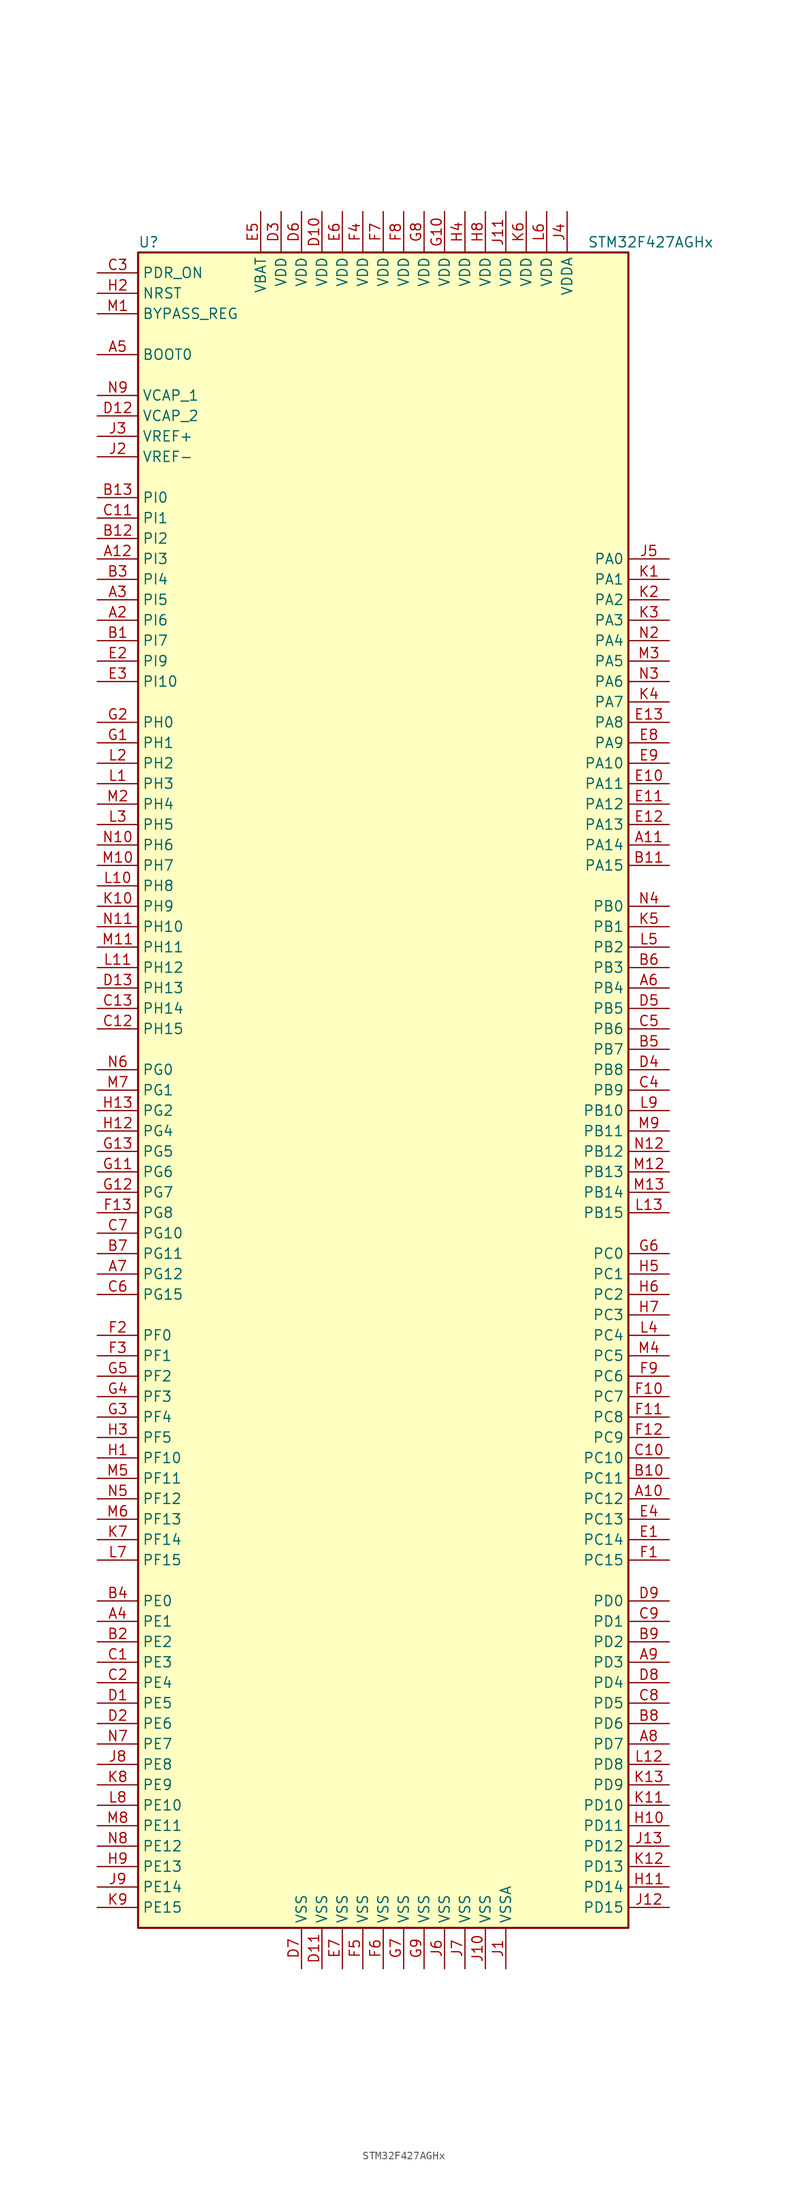
<source format=kicad_sym>
(kicad_symbol_lib
  (version 20220914)
  (generator kicad_symbol_editor)
  (symbol "STM32F427AGHx"
    (property "Reference" "U"
      (at -30.48 105.41 0)
      (effects (font (size 1.27 1.27)) (justify left)))
    (property "Value" "STM32F427AGHx"
      (at 25.4 105.41 0)
      (effects (font (size 1.27 1.27)) (justify left)))
    (symbol "STM32F427AGHx_0_1"
      (rectangle (start -30.48 -104.14) (end 30.48 104.14) (stroke (width 0.254) (type default)) (fill (type background))))
    (symbol "STM32F427AGHx_1_1"
      (pin no_connect line (at -30.48 -101.6 0) (length 5.08) hide (name "NC" (effects (font (size 1.27 1.27)))) (number "A1" (effects (font (size 1.27 1.27)))))
      (pin bidirectional line (at 35.56 -50.8 180) (length 5.08) (name "PC12" (effects (font (size 1.27 1.27)))) (number "A10" (effects (font (size 1.27 1.27)))))
      (pin bidirectional line (at 35.56 30.48 180) (length 5.08) (name "PA14" (effects (font (size 1.27 1.27)))) (number "A11" (effects (font (size 1.27 1.27)))))
      (pin bidirectional line (at -35.56 66.04 0) (length 5.08) (name "PI3" (effects (font (size 1.27 1.27)))) (number "A12" (effects (font (size 1.27 1.27)))))
      (pin no_connect line (at -30.48 -99.06 0) (length 5.08) hide (name "NC" (effects (font (size 1.27 1.27)))) (number "A13" (effects (font (size 1.27 1.27)))))
      (pin bidirectional line (at -35.56 58.42 0) (length 5.08) (name "PI6" (effects (font (size 1.27 1.27)))) (number "A2" (effects (font (size 1.27 1.27)))))
      (pin bidirectional line (at -35.56 60.96 0) (length 5.08) (name "PI5" (effects (font (size 1.27 1.27)))) (number "A3" (effects (font (size 1.27 1.27)))))
      (pin bidirectional line (at -35.56 -66.04 0) (length 5.08) (name "PE1" (effects (font (size 1.27 1.27)))) (number "A4" (effects (font (size 1.27 1.27)))))
      (pin input line (at -35.56 91.44 0) (length 5.08) (name "BOOT0" (effects (font (size 1.27 1.27)))) (number "A5" (effects (font (size 1.27 1.27)))))
      (pin bidirectional line (at 35.56 12.7 180) (length 5.08) (name "PB4" (effects (font (size 1.27 1.27)))) (number "A6" (effects (font (size 1.27 1.27)))))
      (pin bidirectional line (at -35.56 -22.86 0) (length 5.08) (name "PG12" (effects (font (size 1.27 1.27)))) (number "A7" (effects (font (size 1.27 1.27)))))
      (pin bidirectional line (at 35.56 -81.28 180) (length 5.08) (name "PD7" (effects (font (size 1.27 1.27)))) (number "A8" (effects (font (size 1.27 1.27)))))
      (pin bidirectional line (at 35.56 -71.12 180) (length 5.08) (name "PD3" (effects (font (size 1.27 1.27)))) (number "A9" (effects (font (size 1.27 1.27)))))
      (pin bidirectional line (at -35.56 55.88 0) (length 5.08) (name "PI7" (effects (font (size 1.27 1.27)))) (number "B1" (effects (font (size 1.27 1.27)))))
      (pin bidirectional line (at 35.56 -48.26 180) (length 5.08) (name "PC11" (effects (font (size 1.27 1.27)))) (number "B10" (effects (font (size 1.27 1.27)))))
      (pin bidirectional line (at 35.56 27.94 180) (length 5.08) (name "PA15" (effects (font (size 1.27 1.27)))) (number "B11" (effects (font (size 1.27 1.27)))))
      (pin bidirectional line (at -35.56 68.58 0) (length 5.08) (name "PI2" (effects (font (size 1.27 1.27)))) (number "B12" (effects (font (size 1.27 1.27)))))
      (pin bidirectional line (at -35.56 73.66 0) (length 5.08) (name "PI0" (effects (font (size 1.27 1.27)))) (number "B13" (effects (font (size 1.27 1.27)))))
      (pin bidirectional line (at -35.56 -68.58 0) (length 5.08) (name "PE2" (effects (font (size 1.27 1.27)))) (number "B2" (effects (font (size 1.27 1.27)))))
      (pin bidirectional line (at -35.56 63.5 0) (length 5.08) (name "PI4" (effects (font (size 1.27 1.27)))) (number "B3" (effects (font (size 1.27 1.27)))))
      (pin bidirectional line (at -35.56 -63.5 0) (length 5.08) (name "PE0" (effects (font (size 1.27 1.27)))) (number "B4" (effects (font (size 1.27 1.27)))))
      (pin bidirectional line (at 35.56 5.08 180) (length 5.08) (name "PB7" (effects (font (size 1.27 1.27)))) (number "B5" (effects (font (size 1.27 1.27)))))
      (pin bidirectional line (at 35.56 15.24 180) (length 5.08) (name "PB3" (effects (font (size 1.27 1.27)))) (number "B6" (effects (font (size 1.27 1.27)))))
      (pin bidirectional line (at -35.56 -20.32 0) (length 5.08) (name "PG11" (effects (font (size 1.27 1.27)))) (number "B7" (effects (font (size 1.27 1.27)))))
      (pin bidirectional line (at 35.56 -78.74 180) (length 5.08) (name "PD6" (effects (font (size 1.27 1.27)))) (number "B8" (effects (font (size 1.27 1.27)))))
      (pin bidirectional line (at 35.56 -68.58 180) (length 5.08) (name "PD2" (effects (font (size 1.27 1.27)))) (number "B9" (effects (font (size 1.27 1.27)))))
      (pin bidirectional line (at -35.56 -71.12 0) (length 5.08) (name "PE3" (effects (font (size 1.27 1.27)))) (number "C1" (effects (font (size 1.27 1.27)))))
      (pin bidirectional line (at 35.56 -45.72 180) (length 5.08) (name "PC10" (effects (font (size 1.27 1.27)))) (number "C10" (effects (font (size 1.27 1.27)))))
      (pin bidirectional line (at -35.56 71.12 0) (length 5.08) (name "PI1" (effects (font (size 1.27 1.27)))) (number "C11" (effects (font (size 1.27 1.27)))))
      (pin bidirectional line (at -35.56 7.62 0) (length 5.08) (name "PH15" (effects (font (size 1.27 1.27)))) (number "C12" (effects (font (size 1.27 1.27)))))
      (pin bidirectional line (at -35.56 10.16 0) (length 5.08) (name "PH14" (effects (font (size 1.27 1.27)))) (number "C13" (effects (font (size 1.27 1.27)))))
      (pin bidirectional line (at -35.56 -73.66 0) (length 5.08) (name "PE4" (effects (font (size 1.27 1.27)))) (number "C2" (effects (font (size 1.27 1.27)))))
      (pin input line (at -35.56 101.6 0) (length 5.08) (name "PDR_ON" (effects (font (size 1.27 1.27)))) (number "C3" (effects (font (size 1.27 1.27)))))
      (pin bidirectional line (at 35.56 0 180) (length 5.08) (name "PB9" (effects (font (size 1.27 1.27)))) (number "C4" (effects (font (size 1.27 1.27)))))
      (pin bidirectional line (at 35.56 7.62 180) (length 5.08) (name "PB6" (effects (font (size 1.27 1.27)))) (number "C5" (effects (font (size 1.27 1.27)))))
      (pin bidirectional line (at -35.56 -25.4 0) (length 5.08) (name "PG15" (effects (font (size 1.27 1.27)))) (number "C6" (effects (font (size 1.27 1.27)))))
      (pin bidirectional line (at -35.56 -17.78 0) (length 5.08) (name "PG10" (effects (font (size 1.27 1.27)))) (number "C7" (effects (font (size 1.27 1.27)))))
      (pin bidirectional line (at 35.56 -76.2 180) (length 5.08) (name "PD5" (effects (font (size 1.27 1.27)))) (number "C8" (effects (font (size 1.27 1.27)))))
      (pin bidirectional line (at 35.56 -66.04 180) (length 5.08) (name "PD1" (effects (font (size 1.27 1.27)))) (number "C9" (effects (font (size 1.27 1.27)))))
      (pin bidirectional line (at -35.56 -76.2 0) (length 5.08) (name "PE5" (effects (font (size 1.27 1.27)))) (number "D1" (effects (font (size 1.27 1.27)))))
      (pin power_in line (at -7.62 109.22 270) (length 5.08) (name "VDD" (effects (font (size 1.27 1.27)))) (number "D10" (effects (font (size 1.27 1.27)))))
      (pin power_in line (at -7.62 -109.22 90) (length 5.08) (name "VSS" (effects (font (size 1.27 1.27)))) (number "D11" (effects (font (size 1.27 1.27)))))
      (pin power_in line (at -35.56 83.82 0) (length 5.08) (name "VCAP_2" (effects (font (size 1.27 1.27)))) (number "D12" (effects (font (size 1.27 1.27)))))
      (pin bidirectional line (at -35.56 12.7 0) (length 5.08) (name "PH13" (effects (font (size 1.27 1.27)))) (number "D13" (effects (font (size 1.27 1.27)))))
      (pin bidirectional line (at -35.56 -78.74 0) (length 5.08) (name "PE6" (effects (font (size 1.27 1.27)))) (number "D2" (effects (font (size 1.27 1.27)))))
      (pin power_in line (at -12.7 109.22 270) (length 5.08) (name "VDD" (effects (font (size 1.27 1.27)))) (number "D3" (effects (font (size 1.27 1.27)))))
      (pin bidirectional line (at 35.56 2.54 180) (length 5.08) (name "PB8" (effects (font (size 1.27 1.27)))) (number "D4" (effects (font (size 1.27 1.27)))))
      (pin bidirectional line (at 35.56 10.16 180) (length 5.08) (name "PB5" (effects (font (size 1.27 1.27)))) (number "D5" (effects (font (size 1.27 1.27)))))
      (pin power_in line (at -10.16 109.22 270) (length 5.08) (name "VDD" (effects (font (size 1.27 1.27)))) (number "D6" (effects (font (size 1.27 1.27)))))
      (pin power_in line (at -10.16 -109.22 90) (length 5.08) (name "VSS" (effects (font (size 1.27 1.27)))) (number "D7" (effects (font (size 1.27 1.27)))))
      (pin bidirectional line (at 35.56 -73.66 180) (length 5.08) (name "PD4" (effects (font (size 1.27 1.27)))) (number "D8" (effects (font (size 1.27 1.27)))))
      (pin bidirectional line (at 35.56 -63.5 180) (length 5.08) (name "PD0" (effects (font (size 1.27 1.27)))) (number "D9" (effects (font (size 1.27 1.27)))))
      (pin bidirectional line (at 35.56 -55.88 180) (length 5.08) (name "PC14" (effects (font (size 1.27 1.27)))) (number "E1" (effects (font (size 1.27 1.27)))))
      (pin bidirectional line (at 35.56 38.1 180) (length 5.08) (name "PA11" (effects (font (size 1.27 1.27)))) (number "E10" (effects (font (size 1.27 1.27)))))
      (pin bidirectional line (at 35.56 35.56 180) (length 5.08) (name "PA12" (effects (font (size 1.27 1.27)))) (number "E11" (effects (font (size 1.27 1.27)))))
      (pin bidirectional line (at 35.56 33.02 180) (length 5.08) (name "PA13" (effects (font (size 1.27 1.27)))) (number "E12" (effects (font (size 1.27 1.27)))))
      (pin bidirectional line (at 35.56 45.72 180) (length 5.08) (name "PA8" (effects (font (size 1.27 1.27)))) (number "E13" (effects (font (size 1.27 1.27)))))
      (pin bidirectional line (at -35.56 53.34 0) (length 5.08) (name "PI9" (effects (font (size 1.27 1.27)))) (number "E2" (effects (font (size 1.27 1.27)))))
      (pin bidirectional line (at -35.56 50.8 0) (length 5.08) (name "PI10" (effects (font (size 1.27 1.27)))) (number "E3" (effects (font (size 1.27 1.27)))))
      (pin bidirectional line (at 35.56 -53.34 180) (length 5.08) (name "PC13" (effects (font (size 1.27 1.27)))) (number "E4" (effects (font (size 1.27 1.27)))))
      (pin power_in line (at -15.24 109.22 270) (length 5.08) (name "VBAT" (effects (font (size 1.27 1.27)))) (number "E5" (effects (font (size 1.27 1.27)))))
      (pin power_in line (at -5.08 109.22 270) (length 5.08) (name "VDD" (effects (font (size 1.27 1.27)))) (number "E6" (effects (font (size 1.27 1.27)))))
      (pin power_in line (at -5.08 -109.22 90) (length 5.08) (name "VSS" (effects (font (size 1.27 1.27)))) (number "E7" (effects (font (size 1.27 1.27)))))
      (pin bidirectional line (at 35.56 43.18 180) (length 5.08) (name "PA9" (effects (font (size 1.27 1.27)))) (number "E8" (effects (font (size 1.27 1.27)))))
      (pin bidirectional line (at 35.56 40.64 180) (length 5.08) (name "PA10" (effects (font (size 1.27 1.27)))) (number "E9" (effects (font (size 1.27 1.27)))))
      (pin bidirectional line (at 35.56 -58.42 180) (length 5.08) (name "PC15" (effects (font (size 1.27 1.27)))) (number "F1" (effects (font (size 1.27 1.27)))))
      (pin bidirectional line (at 35.56 -38.1 180) (length 5.08) (name "PC7" (effects (font (size 1.27 1.27)))) (number "F10" (effects (font (size 1.27 1.27)))))
      (pin bidirectional line (at 35.56 -40.64 180) (length 5.08) (name "PC8" (effects (font (size 1.27 1.27)))) (number "F11" (effects (font (size 1.27 1.27)))))
      (pin bidirectional line (at 35.56 -43.18 180) (length 5.08) (name "PC9" (effects (font (size 1.27 1.27)))) (number "F12" (effects (font (size 1.27 1.27)))))
      (pin bidirectional line (at -35.56 -15.24 0) (length 5.08) (name "PG8" (effects (font (size 1.27 1.27)))) (number "F13" (effects (font (size 1.27 1.27)))))
      (pin bidirectional line (at -35.56 -30.48 0) (length 5.08) (name "PF0" (effects (font (size 1.27 1.27)))) (number "F2" (effects (font (size 1.27 1.27)))))
      (pin bidirectional line (at -35.56 -33.02 0) (length 5.08) (name "PF1" (effects (font (size 1.27 1.27)))) (number "F3" (effects (font (size 1.27 1.27)))))
      (pin power_in line (at -2.54 109.22 270) (length 5.08) (name "VDD" (effects (font (size 1.27 1.27)))) (number "F4" (effects (font (size 1.27 1.27)))))
      (pin power_in line (at -2.54 -109.22 90) (length 5.08) (name "VSS" (effects (font (size 1.27 1.27)))) (number "F5" (effects (font (size 1.27 1.27)))))
      (pin power_in line (at 0 -109.22 90) (length 5.08) (name "VSS" (effects (font (size 1.27 1.27)))) (number "F6" (effects (font (size 1.27 1.27)))))
      (pin power_in line (at 0 109.22 270) (length 5.08) (name "VDD" (effects (font (size 1.27 1.27)))) (number "F7" (effects (font (size 1.27 1.27)))))
      (pin power_in line (at 2.54 109.22 270) (length 5.08) (name "VDD" (effects (font (size 1.27 1.27)))) (number "F8" (effects (font (size 1.27 1.27)))))
      (pin bidirectional line (at 35.56 -35.56 180) (length 5.08) (name "PC6" (effects (font (size 1.27 1.27)))) (number "F9" (effects (font (size 1.27 1.27)))))
      (pin input line (at -35.56 43.18 0) (length 5.08) (name "PH1" (effects (font (size 1.27 1.27)))) (number "G1" (effects (font (size 1.27 1.27)))))
      (pin power_in line (at 7.62 109.22 270) (length 5.08) (name "VDD" (effects (font (size 1.27 1.27)))) (number "G10" (effects (font (size 1.27 1.27)))))
      (pin bidirectional line (at -35.56 -10.16 0) (length 5.08) (name "PG6" (effects (font (size 1.27 1.27)))) (number "G11" (effects (font (size 1.27 1.27)))))
      (pin bidirectional line (at -35.56 -12.7 0) (length 5.08) (name "PG7" (effects (font (size 1.27 1.27)))) (number "G12" (effects (font (size 1.27 1.27)))))
      (pin bidirectional line (at -35.56 -7.62 0) (length 5.08) (name "PG5" (effects (font (size 1.27 1.27)))) (number "G13" (effects (font (size 1.27 1.27)))))
      (pin input line (at -35.56 45.72 0) (length 5.08) (name "PH0" (effects (font (size 1.27 1.27)))) (number "G2" (effects (font (size 1.27 1.27)))))
      (pin bidirectional line (at -35.56 -40.64 0) (length 5.08) (name "PF4" (effects (font (size 1.27 1.27)))) (number "G3" (effects (font (size 1.27 1.27)))))
      (pin bidirectional line (at -35.56 -38.1 0) (length 5.08) (name "PF3" (effects (font (size 1.27 1.27)))) (number "G4" (effects (font (size 1.27 1.27)))))
      (pin bidirectional line (at -35.56 -35.56 0) (length 5.08) (name "PF2" (effects (font (size 1.27 1.27)))) (number "G5" (effects (font (size 1.27 1.27)))))
      (pin bidirectional line (at 35.56 -20.32 180) (length 5.08) (name "PC0" (effects (font (size 1.27 1.27)))) (number "G6" (effects (font (size 1.27 1.27)))))
      (pin power_in line (at 2.54 -109.22 90) (length 5.08) (name "VSS" (effects (font (size 1.27 1.27)))) (number "G7" (effects (font (size 1.27 1.27)))))
      (pin power_in line (at 5.08 109.22 270) (length 5.08) (name "VDD" (effects (font (size 1.27 1.27)))) (number "G8" (effects (font (size 1.27 1.27)))))
      (pin power_in line (at 5.08 -109.22 90) (length 5.08) (name "VSS" (effects (font (size 1.27 1.27)))) (number "G9" (effects (font (size 1.27 1.27)))))
      (pin bidirectional line (at -35.56 -45.72 0) (length 5.08) (name "PF10" (effects (font (size 1.27 1.27)))) (number "H1" (effects (font (size 1.27 1.27)))))
      (pin bidirectional line (at 35.56 -91.44 180) (length 5.08) (name "PD11" (effects (font (size 1.27 1.27)))) (number "H10" (effects (font (size 1.27 1.27)))))
      (pin bidirectional line (at 35.56 -99.06 180) (length 5.08) (name "PD14" (effects (font (size 1.27 1.27)))) (number "H11" (effects (font (size 1.27 1.27)))))
      (pin bidirectional line (at -35.56 -5.08 0) (length 5.08) (name "PG4" (effects (font (size 1.27 1.27)))) (number "H12" (effects (font (size 1.27 1.27)))))
      (pin bidirectional line (at -35.56 -2.54 0) (length 5.08) (name "PG2" (effects (font (size 1.27 1.27)))) (number "H13" (effects (font (size 1.27 1.27)))))
      (pin input line (at -35.56 99.06 0) (length 5.08) (name "NRST" (effects (font (size 1.27 1.27)))) (number "H2" (effects (font (size 1.27 1.27)))))
      (pin bidirectional line (at -35.56 -43.18 0) (length 5.08) (name "PF5" (effects (font (size 1.27 1.27)))) (number "H3" (effects (font (size 1.27 1.27)))))
      (pin power_in line (at 10.16 109.22 270) (length 5.08) (name "VDD" (effects (font (size 1.27 1.27)))) (number "H4" (effects (font (size 1.27 1.27)))))
      (pin bidirectional line (at 35.56 -22.86 180) (length 5.08) (name "PC1" (effects (font (size 1.27 1.27)))) (number "H5" (effects (font (size 1.27 1.27)))))
      (pin bidirectional line (at 35.56 -25.4 180) (length 5.08) (name "PC2" (effects (font (size 1.27 1.27)))) (number "H6" (effects (font (size 1.27 1.27)))))
      (pin bidirectional line (at 35.56 -27.94 180) (length 5.08) (name "PC3" (effects (font (size 1.27 1.27)))) (number "H7" (effects (font (size 1.27 1.27)))))
      (pin power_in line (at 12.7 109.22 270) (length 5.08) (name "VDD" (effects (font (size 1.27 1.27)))) (number "H8" (effects (font (size 1.27 1.27)))))
      (pin bidirectional line (at -35.56 -96.52 0) (length 5.08) (name "PE13" (effects (font (size 1.27 1.27)))) (number "H9" (effects (font (size 1.27 1.27)))))
      (pin power_in line (at 15.24 -109.22 90) (length 5.08) (name "VSSA" (effects (font (size 1.27 1.27)))) (number "J1" (effects (font (size 1.27 1.27)))))
      (pin power_in line (at 12.7 -109.22 90) (length 5.08) (name "VSS" (effects (font (size 1.27 1.27)))) (number "J10" (effects (font (size 1.27 1.27)))))
      (pin power_in line (at 15.24 109.22 270) (length 5.08) (name "VDD" (effects (font (size 1.27 1.27)))) (number "J11" (effects (font (size 1.27 1.27)))))
      (pin bidirectional line (at 35.56 -101.6 180) (length 5.08) (name "PD15" (effects (font (size 1.27 1.27)))) (number "J12" (effects (font (size 1.27 1.27)))))
      (pin bidirectional line (at 35.56 -93.98 180) (length 5.08) (name "PD12" (effects (font (size 1.27 1.27)))) (number "J13" (effects (font (size 1.27 1.27)))))
      (pin power_in line (at -35.56 78.74 0) (length 5.08) (name "VREF-" (effects (font (size 1.27 1.27)))) (number "J2" (effects (font (size 1.27 1.27)))))
      (pin power_in line (at -35.56 81.28 0) (length 5.08) (name "VREF+" (effects (font (size 1.27 1.27)))) (number "J3" (effects (font (size 1.27 1.27)))))
      (pin power_in line (at 22.86 109.22 270) (length 5.08) (name "VDDA" (effects (font (size 1.27 1.27)))) (number "J4" (effects (font (size 1.27 1.27)))))
      (pin bidirectional line (at 35.56 66.04 180) (length 5.08) (name "PA0" (effects (font (size 1.27 1.27)))) (number "J5" (effects (font (size 1.27 1.27)))))
      (pin power_in line (at 7.62 -109.22 90) (length 5.08) (name "VSS" (effects (font (size 1.27 1.27)))) (number "J6" (effects (font (size 1.27 1.27)))))
      (pin power_in line (at 10.16 -109.22 90) (length 5.08) (name "VSS" (effects (font (size 1.27 1.27)))) (number "J7" (effects (font (size 1.27 1.27)))))
      (pin bidirectional line (at -35.56 -83.82 0) (length 5.08) (name "PE8" (effects (font (size 1.27 1.27)))) (number "J8" (effects (font (size 1.27 1.27)))))
      (pin bidirectional line (at -35.56 -99.06 0) (length 5.08) (name "PE14" (effects (font (size 1.27 1.27)))) (number "J9" (effects (font (size 1.27 1.27)))))
      (pin bidirectional line (at 35.56 63.5 180) (length 5.08) (name "PA1" (effects (font (size 1.27 1.27)))) (number "K1" (effects (font (size 1.27 1.27)))))
      (pin bidirectional line (at -35.56 22.86 0) (length 5.08) (name "PH9" (effects (font (size 1.27 1.27)))) (number "K10" (effects (font (size 1.27 1.27)))))
      (pin bidirectional line (at 35.56 -88.9 180) (length 5.08) (name "PD10" (effects (font (size 1.27 1.27)))) (number "K11" (effects (font (size 1.27 1.27)))))
      (pin bidirectional line (at 35.56 -96.52 180) (length 5.08) (name "PD13" (effects (font (size 1.27 1.27)))) (number "K12" (effects (font (size 1.27 1.27)))))
      (pin bidirectional line (at 35.56 -86.36 180) (length 5.08) (name "PD9" (effects (font (size 1.27 1.27)))) (number "K13" (effects (font (size 1.27 1.27)))))
      (pin bidirectional line (at 35.56 60.96 180) (length 5.08) (name "PA2" (effects (font (size 1.27 1.27)))) (number "K2" (effects (font (size 1.27 1.27)))))
      (pin bidirectional line (at 35.56 58.42 180) (length 5.08) (name "PA3" (effects (font (size 1.27 1.27)))) (number "K3" (effects (font (size 1.27 1.27)))))
      (pin bidirectional line (at 35.56 48.26 180) (length 5.08) (name "PA7" (effects (font (size 1.27 1.27)))) (number "K4" (effects (font (size 1.27 1.27)))))
      (pin bidirectional line (at 35.56 20.32 180) (length 5.08) (name "PB1" (effects (font (size 1.27 1.27)))) (number "K5" (effects (font (size 1.27 1.27)))))
      (pin power_in line (at 17.78 109.22 270) (length 5.08) (name "VDD" (effects (font (size 1.27 1.27)))) (number "K6" (effects (font (size 1.27 1.27)))))
      (pin bidirectional line (at -35.56 -55.88 0) (length 5.08) (name "PF14" (effects (font (size 1.27 1.27)))) (number "K7" (effects (font (size 1.27 1.27)))))
      (pin bidirectional line (at -35.56 -86.36 0) (length 5.08) (name "PE9" (effects (font (size 1.27 1.27)))) (number "K8" (effects (font (size 1.27 1.27)))))
      (pin bidirectional line (at -35.56 -101.6 0) (length 5.08) (name "PE15" (effects (font (size 1.27 1.27)))) (number "K9" (effects (font (size 1.27 1.27)))))
      (pin bidirectional line (at -35.56 38.1 0) (length 5.08) (name "PH3" (effects (font (size 1.27 1.27)))) (number "L1" (effects (font (size 1.27 1.27)))))
      (pin bidirectional line (at -35.56 25.4 0) (length 5.08) (name "PH8" (effects (font (size 1.27 1.27)))) (number "L10" (effects (font (size 1.27 1.27)))))
      (pin bidirectional line (at -35.56 15.24 0) (length 5.08) (name "PH12" (effects (font (size 1.27 1.27)))) (number "L11" (effects (font (size 1.27 1.27)))))
      (pin bidirectional line (at 35.56 -83.82 180) (length 5.08) (name "PD8" (effects (font (size 1.27 1.27)))) (number "L12" (effects (font (size 1.27 1.27)))))
      (pin bidirectional line (at 35.56 -15.24 180) (length 5.08) (name "PB15" (effects (font (size 1.27 1.27)))) (number "L13" (effects (font (size 1.27 1.27)))))
      (pin bidirectional line (at -35.56 40.64 0) (length 5.08) (name "PH2" (effects (font (size 1.27 1.27)))) (number "L2" (effects (font (size 1.27 1.27)))))
      (pin bidirectional line (at -35.56 33.02 0) (length 5.08) (name "PH5" (effects (font (size 1.27 1.27)))) (number "L3" (effects (font (size 1.27 1.27)))))
      (pin bidirectional line (at 35.56 -30.48 180) (length 5.08) (name "PC4" (effects (font (size 1.27 1.27)))) (number "L4" (effects (font (size 1.27 1.27)))))
      (pin bidirectional line (at 35.56 17.78 180) (length 5.08) (name "PB2" (effects (font (size 1.27 1.27)))) (number "L5" (effects (font (size 1.27 1.27)))))
      (pin power_in line (at 20.32 109.22 270) (length 5.08) (name "VDD" (effects (font (size 1.27 1.27)))) (number "L6" (effects (font (size 1.27 1.27)))))
      (pin bidirectional line (at -35.56 -58.42 0) (length 5.08) (name "PF15" (effects (font (size 1.27 1.27)))) (number "L7" (effects (font (size 1.27 1.27)))))
      (pin bidirectional line (at -35.56 -88.9 0) (length 5.08) (name "PE10" (effects (font (size 1.27 1.27)))) (number "L8" (effects (font (size 1.27 1.27)))))
      (pin bidirectional line (at 35.56 -2.54 180) (length 5.08) (name "PB10" (effects (font (size 1.27 1.27)))) (number "L9" (effects (font (size 1.27 1.27)))))
      (pin input line (at -35.56 96.52 0) (length 5.08) (name "BYPASS_REG" (effects (font (size 1.27 1.27)))) (number "M1" (effects (font (size 1.27 1.27)))))
      (pin bidirectional line (at -35.56 27.94 0) (length 5.08) (name "PH7" (effects (font (size 1.27 1.27)))) (number "M10" (effects (font (size 1.27 1.27)))))
      (pin bidirectional line (at -35.56 17.78 0) (length 5.08) (name "PH11" (effects (font (size 1.27 1.27)))) (number "M11" (effects (font (size 1.27 1.27)))))
      (pin bidirectional line (at 35.56 -10.16 180) (length 5.08) (name "PB13" (effects (font (size 1.27 1.27)))) (number "M12" (effects (font (size 1.27 1.27)))))
      (pin bidirectional line (at 35.56 -12.7 180) (length 5.08) (name "PB14" (effects (font (size 1.27 1.27)))) (number "M13" (effects (font (size 1.27 1.27)))))
      (pin bidirectional line (at -35.56 35.56 0) (length 5.08) (name "PH4" (effects (font (size 1.27 1.27)))) (number "M2" (effects (font (size 1.27 1.27)))))
      (pin bidirectional line (at 35.56 53.34 180) (length 5.08) (name "PA5" (effects (font (size 1.27 1.27)))) (number "M3" (effects (font (size 1.27 1.27)))))
      (pin bidirectional line (at 35.56 -33.02 180) (length 5.08) (name "PC5" (effects (font (size 1.27 1.27)))) (number "M4" (effects (font (size 1.27 1.27)))))
      (pin bidirectional line (at -35.56 -48.26 0) (length 5.08) (name "PF11" (effects (font (size 1.27 1.27)))) (number "M5" (effects (font (size 1.27 1.27)))))
      (pin bidirectional line (at -35.56 -53.34 0) (length 5.08) (name "PF13" (effects (font (size 1.27 1.27)))) (number "M6" (effects (font (size 1.27 1.27)))))
      (pin bidirectional line (at -35.56 0 0) (length 5.08) (name "PG1" (effects (font (size 1.27 1.27)))) (number "M7" (effects (font (size 1.27 1.27)))))
      (pin bidirectional line (at -35.56 -91.44 0) (length 5.08) (name "PE11" (effects (font (size 1.27 1.27)))) (number "M8" (effects (font (size 1.27 1.27)))))
      (pin bidirectional line (at 35.56 -5.08 180) (length 5.08) (name "PB11" (effects (font (size 1.27 1.27)))) (number "M9" (effects (font (size 1.27 1.27)))))
      (pin no_connect line (at -30.48 -96.52 0) (length 5.08) hide (name "NC" (effects (font (size 1.27 1.27)))) (number "N1" (effects (font (size 1.27 1.27)))))
      (pin bidirectional line (at -35.56 30.48 0) (length 5.08) (name "PH6" (effects (font (size 1.27 1.27)))) (number "N10" (effects (font (size 1.27 1.27)))))
      (pin bidirectional line (at -35.56 20.32 0) (length 5.08) (name "PH10" (effects (font (size 1.27 1.27)))) (number "N11" (effects (font (size 1.27 1.27)))))
      (pin bidirectional line (at 35.56 -7.62 180) (length 5.08) (name "PB12" (effects (font (size 1.27 1.27)))) (number "N12" (effects (font (size 1.27 1.27)))))
      (pin no_connect line (at -30.48 -93.98 0) (length 5.08) hide (name "NC" (effects (font (size 1.27 1.27)))) (number "N13" (effects (font (size 1.27 1.27)))))
      (pin bidirectional line (at 35.56 55.88 180) (length 5.08) (name "PA4" (effects (font (size 1.27 1.27)))) (number "N2" (effects (font (size 1.27 1.27)))))
      (pin bidirectional line (at 35.56 50.8 180) (length 5.08) (name "PA6" (effects (font (size 1.27 1.27)))) (number "N3" (effects (font (size 1.27 1.27)))))
      (pin bidirectional line (at 35.56 22.86 180) (length 5.08) (name "PB0" (effects (font (size 1.27 1.27)))) (number "N4" (effects (font (size 1.27 1.27)))))
      (pin bidirectional line (at -35.56 -50.8 0) (length 5.08) (name "PF12" (effects (font (size 1.27 1.27)))) (number "N5" (effects (font (size 1.27 1.27)))))
      (pin bidirectional line (at -35.56 2.54 0) (length 5.08) (name "PG0" (effects (font (size 1.27 1.27)))) (number "N6" (effects (font (size 1.27 1.27)))))
      (pin bidirectional line (at -35.56 -81.28 0) (length 5.08) (name "PE7" (effects (font (size 1.27 1.27)))) (number "N7" (effects (font (size 1.27 1.27)))))
      (pin bidirectional line (at -35.56 -93.98 0) (length 5.08) (name "PE12" (effects (font (size 1.27 1.27)))) (number "N8" (effects (font (size 1.27 1.27)))))
      (pin power_in line (at -35.56 86.36 0) (length 5.08) (name "VCAP_1" (effects (font (size 1.27 1.27)))) (number "N9" (effects (font (size 1.27 1.27))))))))
</source>
